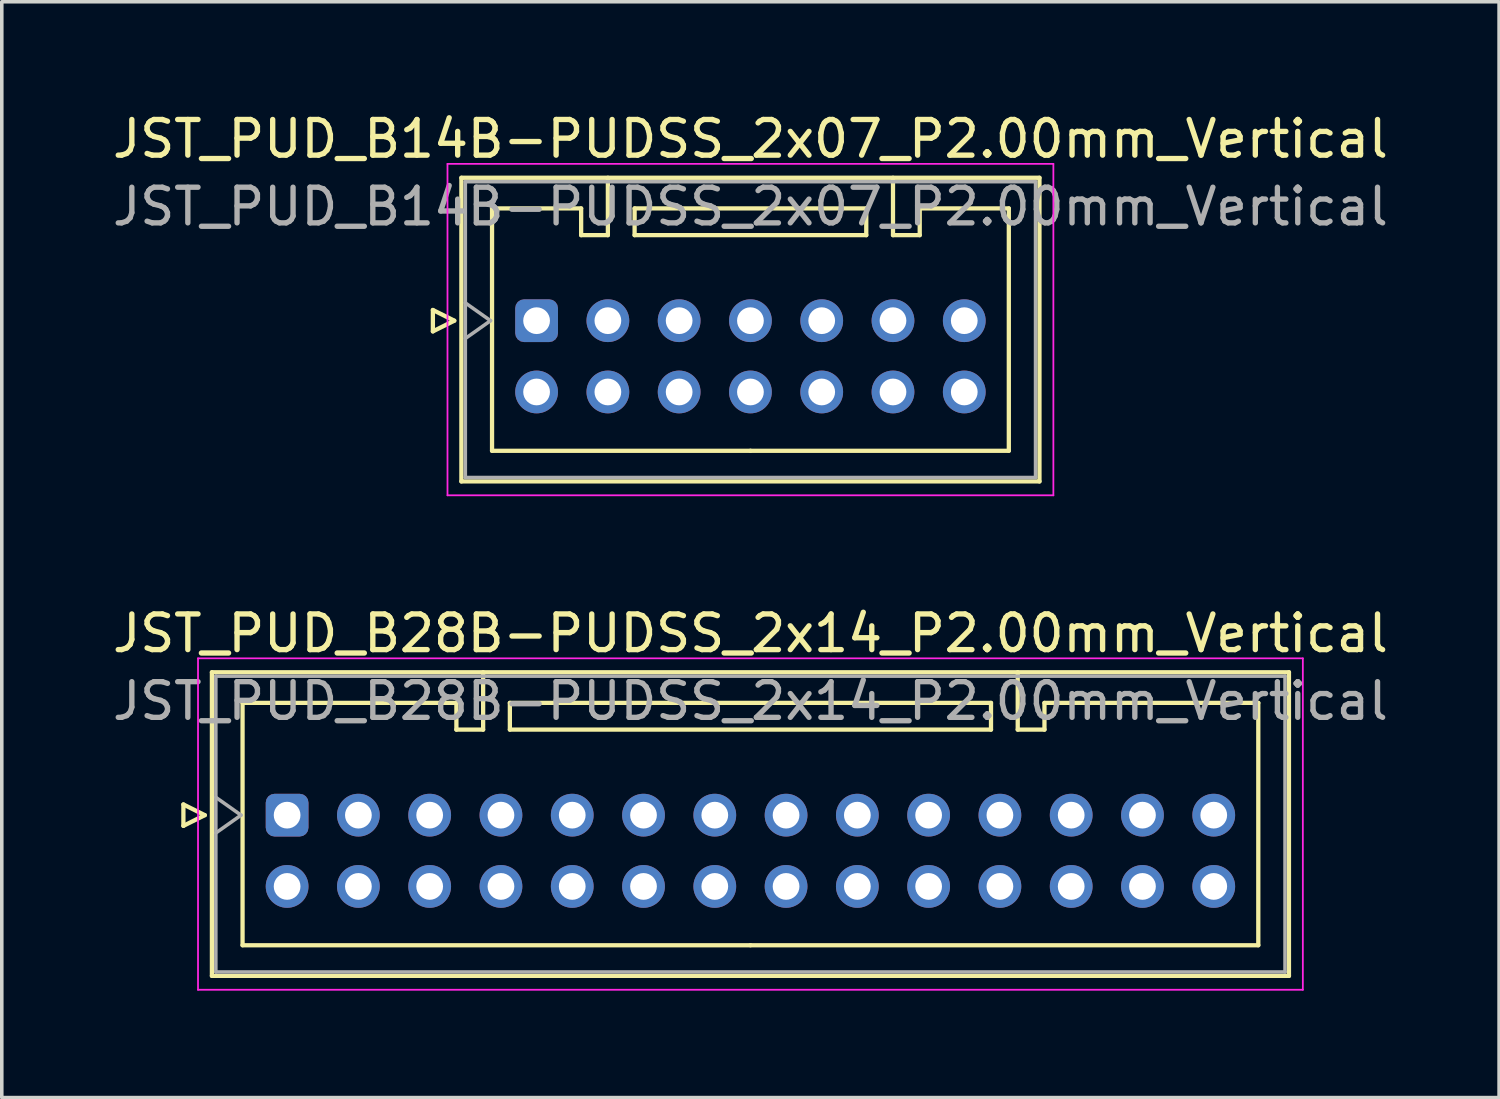
<source format=kicad_pcb>
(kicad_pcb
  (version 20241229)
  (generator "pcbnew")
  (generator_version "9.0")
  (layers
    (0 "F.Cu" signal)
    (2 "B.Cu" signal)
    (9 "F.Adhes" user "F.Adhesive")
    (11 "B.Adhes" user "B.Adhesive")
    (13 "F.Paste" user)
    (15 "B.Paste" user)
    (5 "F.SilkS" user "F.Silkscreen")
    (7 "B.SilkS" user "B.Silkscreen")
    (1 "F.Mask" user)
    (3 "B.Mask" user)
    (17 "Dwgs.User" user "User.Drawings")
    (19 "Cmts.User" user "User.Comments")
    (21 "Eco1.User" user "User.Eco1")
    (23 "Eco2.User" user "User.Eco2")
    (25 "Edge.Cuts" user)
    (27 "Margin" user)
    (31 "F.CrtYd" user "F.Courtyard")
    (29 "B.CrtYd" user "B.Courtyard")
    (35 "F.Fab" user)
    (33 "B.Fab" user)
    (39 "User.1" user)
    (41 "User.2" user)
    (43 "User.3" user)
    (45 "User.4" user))
  (footprint "JST_PUD_B28B-PUDSS_2x14_P2.00mm_Vertical"
    (layer "F.Cu")
    (at 5.006 19.822)
    (property "Reference" "JST_PUD_B28B-PUDSS_2x14_P2.00mm_Vertical" (at 13 -5.1 0) (layer "F.SilkS") (effects (font (size 1 1) (thickness 0.15))))
    (attr through_hole)
    (fp_line (start -2.91 -0.3) (end -2.31 0) (stroke (width 0.12) (type solid)) (layer "F.SilkS"))
    (fp_line (start -2.91 0.3) (end -2.91 -0.3) (stroke (width 0.12) (type solid)) (layer "F.SilkS"))
    (fp_line (start -2.31 0) (end -2.91 0.3) (stroke (width 0.12) (type solid)) (layer "F.SilkS"))
    (fp_line (start -2.11 -4.01) (end -2.11 4.51) (stroke (width 0.12) (type solid)) (layer "F.SilkS"))
    (fp_line (start -2.11 4.51) (end 28.11 4.51) (stroke (width 0.12) (type solid)) (layer "F.SilkS"))
    (fp_line (start -1.25 -3.15) (end -1.25 3.65) (stroke (width 0.12) (type solid)) (layer "F.SilkS"))
    (fp_line (start -1.25 3.65) (end 13 3.65) (stroke (width 0.12) (type solid)) (layer "F.SilkS"))
    (fp_line (start 4.75 -3.15) (end -1.25 -3.15) (stroke (width 0.12) (type solid)) (layer "F.SilkS"))
    (fp_line (start 4.75 -2.4) (end 4.75 -3.15) (stroke (width 0.12) (type solid)) (layer "F.SilkS"))
    (fp_line (start 5.5 -4.01) (end 5.5 -2.4) (stroke (width 0.12) (type solid)) (layer "F.SilkS"))
    (fp_line (start 5.5 -2.4) (end 4.75 -2.4) (stroke (width 0.12) (type solid)) (layer "F.SilkS"))
    (fp_line (start 6.25 -3.15) (end 6.25 -2.4) (stroke (width 0.12) (type solid)) (layer "F.SilkS"))
    (fp_line (start 6.25 -2.4) (end 19.75 -2.4) (stroke (width 0.12) (type solid)) (layer "F.SilkS"))
    (fp_line (start 19.75 -3.15) (end 6.25 -3.15) (stroke (width 0.12) (type solid)) (layer "F.SilkS"))
    (fp_line (start 19.75 -2.4) (end 19.75 -3.15) (stroke (width 0.12) (type solid)) (layer "F.SilkS"))
    (fp_line (start 20.5 -4.01) (end 20.5 -2.4) (stroke (width 0.12) (type solid)) (layer "F.SilkS"))
    (fp_line (start 20.5 -2.4) (end 21.25 -2.4) (stroke (width 0.12) (type solid)) (layer "F.SilkS"))
    (fp_line (start 21.25 -3.15) (end 27.25 -3.15) (stroke (width 0.12) (type solid)) (layer "F.SilkS"))
    (fp_line (start 21.25 -2.4) (end 21.25 -3.15) (stroke (width 0.12) (type solid)) (layer "F.SilkS"))
    (fp_line (start 27.25 -3.15) (end 27.25 3.65) (stroke (width 0.12) (type solid)) (layer "F.SilkS"))
    (fp_line (start 27.25 3.65) (end 13 3.65) (stroke (width 0.12) (type solid)) (layer "F.SilkS"))
    (fp_line (start 28.11 -4.01) (end -2.11 -4.01) (stroke (width 0.12) (type solid)) (layer "F.SilkS"))
    (fp_line (start 28.11 4.51) (end 28.11 -4.01) (stroke (width 0.12) (type solid)) (layer "F.SilkS"))
    (fp_line (start -2.5 -4.4) (end -2.5 4.9) (stroke (width 0.05) (type solid)) (layer "F.CrtYd"))
    (fp_line (start -2.5 4.9) (end 28.5 4.9) (stroke (width 0.05) (type solid)) (layer "F.CrtYd"))
    (fp_line (start 28.5 -4.4) (end -2.5 -4.4) (stroke (width 0.05) (type solid)) (layer "F.CrtYd"))
    (fp_line (start 28.5 4.9) (end 28.5 -4.4) (stroke (width 0.05) (type solid)) (layer "F.CrtYd"))
    (fp_line (start -2 -3.9) (end -2 4.4) (stroke (width 0.1) (type solid)) (layer "F.Fab"))
    (fp_line (start -2 0.5) (end -1.293 0) (stroke (width 0.1) (type solid)) (layer "F.Fab"))
    (fp_line (start -2 4.4) (end 28 4.4) (stroke (width 0.1) (type solid)) (layer "F.Fab"))
    (fp_line (start -1.293 0) (end -2 -0.5) (stroke (width 0.1) (type solid)) (layer "F.Fab"))
    (fp_line (start 28 -3.9) (end -2 -3.9) (stroke (width 0.1) (type solid)) (layer "F.Fab"))
    (fp_line (start 28 4.4) (end 28 -3.9) (stroke (width 0.1) (type solid)) (layer "F.Fab"))
    (fp_text user "${REFERENCE}" (at 13 -3.2 0) (layer "F.Fab") (effects (font (size 1 1) (thickness 0.15))))
    (pad "1" thru_hole roundrect (at 0 0) (size 1.2 1.2) (drill 0.75) (layers "*.Cu" "*.Mask") (roundrect_rratio 0.208))
    (pad "2" thru_hole circle (at 0 2) (size 1.2 1.2) (drill 0.75) (layers "*.Cu" "*.Mask"))
    (pad "3" thru_hole circle (at 2 0) (size 1.2 1.2) (drill 0.75) (layers "*.Cu" "*.Mask"))
    (pad "4" thru_hole circle (at 2 2) (size 1.2 1.2) (drill 0.75) (layers "*.Cu" "*.Mask"))
    (pad "5" thru_hole circle (at 4 0) (size 1.2 1.2) (drill 0.75) (layers "*.Cu" "*.Mask"))
    (pad "6" thru_hole circle (at 4 2) (size 1.2 1.2) (drill 0.75) (layers "*.Cu" "*.Mask"))
    (pad "7" thru_hole circle (at 6 0) (size 1.2 1.2) (drill 0.75) (layers "*.Cu" "*.Mask"))
    (pad "8" thru_hole circle (at 6 2) (size 1.2 1.2) (drill 0.75) (layers "*.Cu" "*.Mask"))
    (pad "9" thru_hole circle (at 8 0) (size 1.2 1.2) (drill 0.75) (layers "*.Cu" "*.Mask"))
    (pad "10" thru_hole circle (at 8 2) (size 1.2 1.2) (drill 0.75) (layers "*.Cu" "*.Mask"))
    (pad "11" thru_hole circle (at 10 0) (size 1.2 1.2) (drill 0.75) (layers "*.Cu" "*.Mask"))
    (pad "12" thru_hole circle (at 10 2) (size 1.2 1.2) (drill 0.75) (layers "*.Cu" "*.Mask"))
    (pad "13" thru_hole circle (at 12 0) (size 1.2 1.2) (drill 0.75) (layers "*.Cu" "*.Mask"))
    (pad "14" thru_hole circle (at 12 2) (size 1.2 1.2) (drill 0.75) (layers "*.Cu" "*.Mask"))
    (pad "15" thru_hole circle (at 14 0) (size 1.2 1.2) (drill 0.75) (layers "*.Cu" "*.Mask"))
    (pad "16" thru_hole circle (at 14 2) (size 1.2 1.2) (drill 0.75) (layers "*.Cu" "*.Mask"))
    (pad "17" thru_hole circle (at 16 0) (size 1.2 1.2) (drill 0.75) (layers "*.Cu" "*.Mask"))
    (pad "18" thru_hole circle (at 16 2) (size 1.2 1.2) (drill 0.75) (layers "*.Cu" "*.Mask"))
    (pad "19" thru_hole circle (at 18 0) (size 1.2 1.2) (drill 0.75) (layers "*.Cu" "*.Mask"))
    (pad "20" thru_hole circle (at 18 2) (size 1.2 1.2) (drill 0.75) (layers "*.Cu" "*.Mask"))
    (pad "21" thru_hole circle (at 20 0) (size 1.2 1.2) (drill 0.75) (layers "*.Cu" "*.Mask"))
    (pad "22" thru_hole circle (at 20 2) (size 1.2 1.2) (drill 0.75) (layers "*.Cu" "*.Mask"))
    (pad "23" thru_hole circle (at 22 0) (size 1.2 1.2) (drill 0.75) (layers "*.Cu" "*.Mask"))
    (pad "24" thru_hole circle (at 22 2) (size 1.2 1.2) (drill 0.75) (layers "*.Cu" "*.Mask"))
    (pad "25" thru_hole circle (at 24 0) (size 1.2 1.2) (drill 0.75) (layers "*.Cu" "*.Mask"))
    (pad "26" thru_hole circle (at 24 2) (size 1.2 1.2) (drill 0.75) (layers "*.Cu" "*.Mask"))
    (pad "27" thru_hole circle (at 26 0) (size 1.2 1.2) (drill 0.75) (layers "*.Cu" "*.Mask"))
    (pad "28" thru_hole circle (at 26 2) (size 1.2 1.2) (drill 0.75) (layers "*.Cu" "*.Mask")))
  (footprint "JST_PUD_B14B-PUDSS_2x07_P2.00mm_Vertical"
    (layer "F.Cu")
    (at 12.006 5.948)
    (property "Reference" "JST_PUD_B14B-PUDSS_2x07_P2.00mm_Vertical" (at 6 -5.1 0) (layer "F.SilkS") (effects (font (size 1 1) (thickness 0.15))))
    (attr through_hole)
    (fp_line (start -2.91 -0.3) (end -2.31 0) (stroke (width 0.12) (type solid)) (layer "F.SilkS"))
    (fp_line (start -2.91 0.3) (end -2.91 -0.3) (stroke (width 0.12) (type solid)) (layer "F.SilkS"))
    (fp_line (start -2.31 0) (end -2.91 0.3) (stroke (width 0.12) (type solid)) (layer "F.SilkS"))
    (fp_line (start -2.11 -4.01) (end -2.11 4.51) (stroke (width 0.12) (type solid)) (layer "F.SilkS"))
    (fp_line (start -2.11 4.51) (end 14.11 4.51) (stroke (width 0.12) (type solid)) (layer "F.SilkS"))
    (fp_line (start -1.25 -3.15) (end -1.25 3.65) (stroke (width 0.12) (type solid)) (layer "F.SilkS"))
    (fp_line (start -1.25 3.65) (end 6 3.65) (stroke (width 0.12) (type solid)) (layer "F.SilkS"))
    (fp_line (start 1.25 -3.15) (end -1.25 -3.15) (stroke (width 0.12) (type solid)) (layer "F.SilkS"))
    (fp_line (start 1.25 -2.4) (end 1.25 -3.15) (stroke (width 0.12) (type solid)) (layer "F.SilkS"))
    (fp_line (start 2 -4.01) (end 2 -2.4) (stroke (width 0.12) (type solid)) (layer "F.SilkS"))
    (fp_line (start 2 -2.4) (end 1.25 -2.4) (stroke (width 0.12) (type solid)) (layer "F.SilkS"))
    (fp_line (start 2.75 -3.15) (end 2.75 -2.4) (stroke (width 0.12) (type solid)) (layer "F.SilkS"))
    (fp_line (start 2.75 -2.4) (end 9.25 -2.4) (stroke (width 0.12) (type solid)) (layer "F.SilkS"))
    (fp_line (start 9.25 -3.15) (end 2.75 -3.15) (stroke (width 0.12) (type solid)) (layer "F.SilkS"))
    (fp_line (start 9.25 -2.4) (end 9.25 -3.15) (stroke (width 0.12) (type solid)) (layer "F.SilkS"))
    (fp_line (start 10 -4.01) (end 10 -2.4) (stroke (width 0.12) (type solid)) (layer "F.SilkS"))
    (fp_line (start 10 -2.4) (end 10.75 -2.4) (stroke (width 0.12) (type solid)) (layer "F.SilkS"))
    (fp_line (start 10.75 -3.15) (end 13.25 -3.15) (stroke (width 0.12) (type solid)) (layer "F.SilkS"))
    (fp_line (start 10.75 -2.4) (end 10.75 -3.15) (stroke (width 0.12) (type solid)) (layer "F.SilkS"))
    (fp_line (start 13.25 -3.15) (end 13.25 3.65) (stroke (width 0.12) (type solid)) (layer "F.SilkS"))
    (fp_line (start 13.25 3.65) (end 6 3.65) (stroke (width 0.12) (type solid)) (layer "F.SilkS"))
    (fp_line (start 14.11 -4.01) (end -2.11 -4.01) (stroke (width 0.12) (type solid)) (layer "F.SilkS"))
    (fp_line (start 14.11 4.51) (end 14.11 -4.01) (stroke (width 0.12) (type solid)) (layer "F.SilkS"))
    (fp_line (start -2.5 -4.4) (end -2.5 4.9) (stroke (width 0.05) (type solid)) (layer "F.CrtYd"))
    (fp_line (start -2.5 4.9) (end 14.5 4.9) (stroke (width 0.05) (type solid)) (layer "F.CrtYd"))
    (fp_line (start 14.5 -4.4) (end -2.5 -4.4) (stroke (width 0.05) (type solid)) (layer "F.CrtYd"))
    (fp_line (start 14.5 4.9) (end 14.5 -4.4) (stroke (width 0.05) (type solid)) (layer "F.CrtYd"))
    (fp_line (start -2 -3.9) (end -2 4.4) (stroke (width 0.1) (type solid)) (layer "F.Fab"))
    (fp_line (start -2 0.5) (end -1.293 0) (stroke (width 0.1) (type solid)) (layer "F.Fab"))
    (fp_line (start -2 4.4) (end 14 4.4) (stroke (width 0.1) (type solid)) (layer "F.Fab"))
    (fp_line (start -1.293 0) (end -2 -0.5) (stroke (width 0.1) (type solid)) (layer "F.Fab"))
    (fp_line (start 14 -3.9) (end -2 -3.9) (stroke (width 0.1) (type solid)) (layer "F.Fab"))
    (fp_line (start 14 4.4) (end 14 -3.9) (stroke (width 0.1) (type solid)) (layer "F.Fab"))
    (fp_text user "${REFERENCE}" (at 6 -3.2 0) (layer "F.Fab") (effects (font (size 1 1) (thickness 0.15))))
    (pad "1" thru_hole roundrect (at 0 0) (size 1.2 1.2) (drill 0.75) (layers "*.Cu" "*.Mask") (roundrect_rratio 0.208))
    (pad "2" thru_hole circle (at 0 2) (size 1.2 1.2) (drill 0.75) (layers "*.Cu" "*.Mask"))
    (pad "3" thru_hole circle (at 2 0) (size 1.2 1.2) (drill 0.75) (layers "*.Cu" "*.Mask"))
    (pad "4" thru_hole circle (at 2 2) (size 1.2 1.2) (drill 0.75) (layers "*.Cu" "*.Mask"))
    (pad "5" thru_hole circle (at 4 0) (size 1.2 1.2) (drill 0.75) (layers "*.Cu" "*.Mask"))
    (pad "6" thru_hole circle (at 4 2) (size 1.2 1.2) (drill 0.75) (layers "*.Cu" "*.Mask"))
    (pad "7" thru_hole circle (at 6 0) (size 1.2 1.2) (drill 0.75) (layers "*.Cu" "*.Mask"))
    (pad "8" thru_hole circle (at 6 2) (size 1.2 1.2) (drill 0.75) (layers "*.Cu" "*.Mask"))
    (pad "9" thru_hole circle (at 8 0) (size 1.2 1.2) (drill 0.75) (layers "*.Cu" "*.Mask"))
    (pad "10" thru_hole circle (at 8 2) (size 1.2 1.2) (drill 0.75) (layers "*.Cu" "*.Mask"))
    (pad "11" thru_hole circle (at 10 0) (size 1.2 1.2) (drill 0.75) (layers "*.Cu" "*.Mask"))
    (pad "12" thru_hole circle (at 10 2) (size 1.2 1.2) (drill 0.75) (layers "*.Cu" "*.Mask"))
    (pad "13" thru_hole circle (at 12 0) (size 1.2 1.2) (drill 0.75) (layers "*.Cu" "*.Mask"))
    (pad "14" thru_hole circle (at 12 2) (size 1.2 1.2) (drill 0.75) (layers "*.Cu" "*.Mask")))
  (gr_rect
    (start -3 -3)
    (end 39.012 27.747)
    (stroke (width 0.1) (type default))
    (fill no)
    (layer "Edge.Cuts")))
</source>
